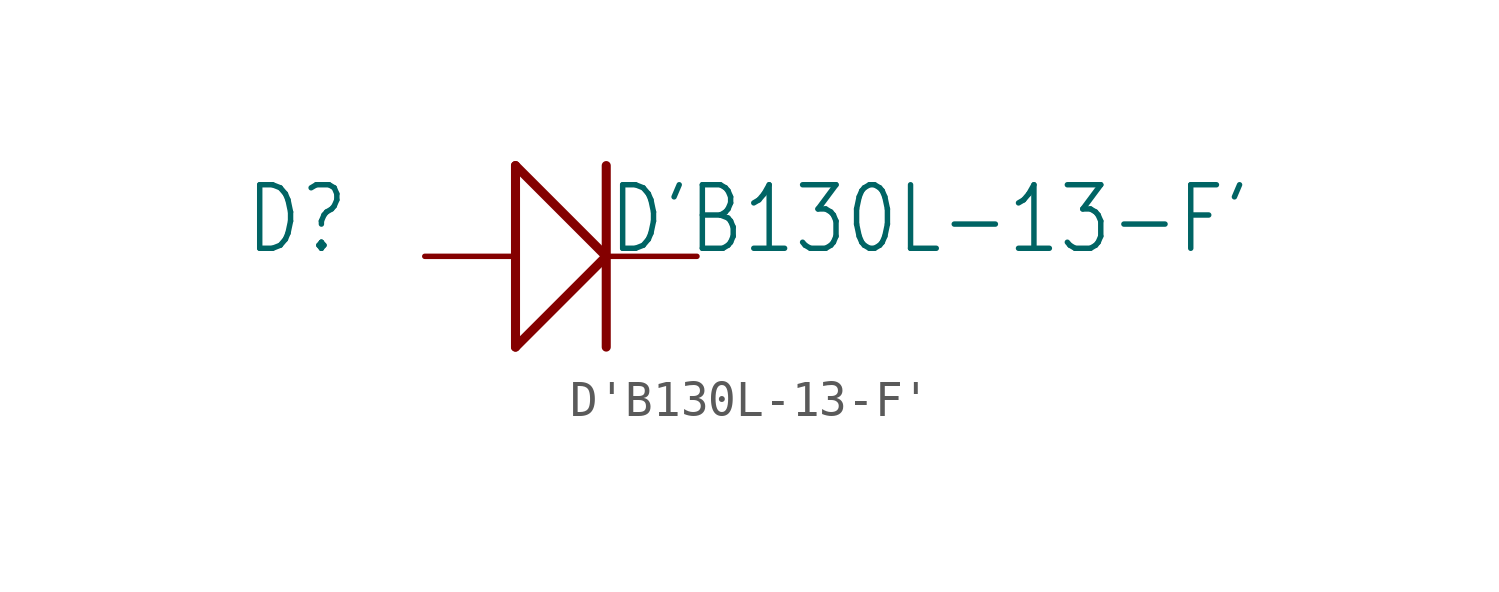
<source format=kicad_sym>
(kicad_symbol_lib
  (version 20211014)
  (generator kicad_symbol_editor)
  (symbol "D'B130L-13-F'"
    (property "Reference" "D"
      (at -8.89 0 0)
      (effects (font (size 1.778 1.511)) (justify left bottom)))
    (property "Value" "D'B130L-13-F'"
      (at 1.27 0 0)
      (effects (font (size 1.778 1.511)) (justify left bottom)))
    (property "ki_locked" ""
      (at 0 0 0)
      (effects (font (size 1.27 1.27))))
    (symbol "D'B130L-13-F'_1_0"
      (polyline (pts (xy -1.27 -2.54) (xy -1.27 2.54)) (stroke (width 0.254) (type default) (color 0 0 0 0)) (fill (type none)))
      (polyline (pts (xy -1.27 -2.54) (xy 1.27 0)) (stroke (width 0.254) (type default) (color 0 0 0 0)) (fill (type none)))
      (polyline (pts (xy -1.27 2.54) (xy 1.27 0)) (stroke (width 0.254) (type default) (color 0 0 0 0)) (fill (type none)))
      (polyline (pts (xy 1.27 2.54) (xy 1.27 -2.54)) (stroke (width 0.254) (type default) (color 0 0 0 0)) (fill (type none)))
      (pin passive line (at 3.81 0 180) (length 2.54) (name "-" (effects (font (size 0 0)))) (number "1" (effects (font (size 0 0)))))
      (pin passive line (at -3.81 0 0) (length 2.54) (name "+" (effects (font (size 0 0)))) (number "2" (effects (font (size 0 0))))))))
</source>
